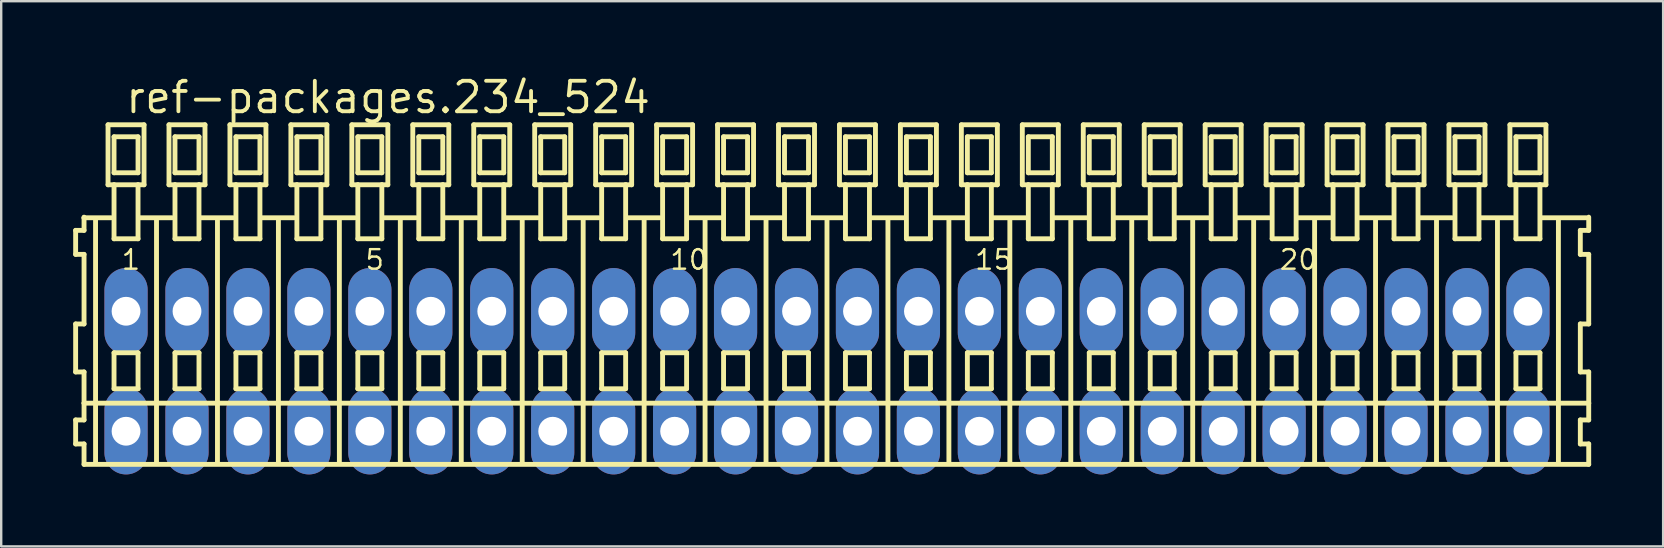
<source format=kicad_pcb>
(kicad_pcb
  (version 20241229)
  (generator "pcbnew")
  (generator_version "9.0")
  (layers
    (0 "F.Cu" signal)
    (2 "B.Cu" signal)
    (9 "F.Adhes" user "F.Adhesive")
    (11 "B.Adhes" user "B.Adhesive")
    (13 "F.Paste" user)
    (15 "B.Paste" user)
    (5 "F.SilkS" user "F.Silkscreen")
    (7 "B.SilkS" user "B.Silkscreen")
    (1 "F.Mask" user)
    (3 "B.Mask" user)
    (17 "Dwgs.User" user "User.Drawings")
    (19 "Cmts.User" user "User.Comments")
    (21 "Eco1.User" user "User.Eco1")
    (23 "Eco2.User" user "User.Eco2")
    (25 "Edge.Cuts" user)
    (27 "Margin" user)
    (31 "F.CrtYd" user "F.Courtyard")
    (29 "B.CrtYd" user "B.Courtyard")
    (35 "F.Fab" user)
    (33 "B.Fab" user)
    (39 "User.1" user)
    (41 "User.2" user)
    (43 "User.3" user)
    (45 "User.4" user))
  (footprint "ref-packages.234_524"
    (layer "F.Cu")
    (at 31.412 12.42)
    (property "Reference" "ref-packages.234_524" (at -29.31 -10.67 0) (layer "F.SilkS") (effects (font (size 1.27 1.27) (thickness 0.16)) (justify left bottom)))
    (attr through_hole)
    (fp_line (start -31.31 -5.87) (end -31.31 -4.87) (stroke (width 0.203) (type default)) (layer "F.SilkS"))
    (fp_line (start -31.31 -4.87) (end -30.96 -4.87) (stroke (width 0.203) (type default)) (layer "F.SilkS"))
    (fp_line (start -31.31 -1.97) (end -31.31 0.03) (stroke (width 0.203) (type default)) (layer "F.SilkS"))
    (fp_line (start -31.31 0.03) (end -30.96 0.03) (stroke (width 0.203) (type default)) (layer "F.SilkS"))
    (fp_line (start -31.31 2.03) (end -31.31 3.03) (stroke (width 0.203) (type default)) (layer "F.SilkS"))
    (fp_line (start -31.31 3.03) (end -30.96 3.03) (stroke (width 0.203) (type default)) (layer "F.SilkS"))
    (fp_line (start -30.96 -6.42) (end -30.96 -6.395) (stroke (width 0.203) (type default)) (layer "F.SilkS"))
    (fp_line (start -30.96 -6.395) (end -30.96 -5.87) (stroke (width 0.203) (type default)) (layer "F.SilkS"))
    (fp_line (start -30.96 -6.395) (end -29.835 -6.395) (stroke (width 0.203) (type default)) (layer "F.SilkS"))
    (fp_line (start -30.96 -5.87) (end -31.31 -5.87) (stroke (width 0.203) (type default)) (layer "F.SilkS"))
    (fp_line (start -30.96 -4.87) (end -30.96 -1.97) (stroke (width 0.203) (type default)) (layer "F.SilkS"))
    (fp_line (start -30.96 -1.97) (end -31.31 -1.97) (stroke (width 0.203) (type default)) (layer "F.SilkS"))
    (fp_line (start -30.96 0.03) (end -30.96 1.33) (stroke (width 0.203) (type default)) (layer "F.SilkS"))
    (fp_line (start -30.96 1.33) (end -30.96 2.03) (stroke (width 0.203) (type default)) (layer "F.SilkS"))
    (fp_line (start -30.96 1.33) (end 31.743 1.33) (stroke (width 0.203) (type default)) (layer "F.SilkS"))
    (fp_line (start -30.96 2.03) (end -31.31 2.03) (stroke (width 0.203) (type default)) (layer "F.SilkS"))
    (fp_line (start -30.96 3.03) (end -30.96 3.88) (stroke (width 0.203) (type default)) (layer "F.SilkS"))
    (fp_line (start -30.96 3.88) (end 31.743 3.88) (stroke (width 0.203) (type default)) (layer "F.SilkS"))
    (fp_line (start -30.48 3.83) (end -30.48 -6.33) (stroke (width 0.203) (type default)) (layer "F.SilkS"))
    (fp_line (start -29.96 -10.27) (end -29.96 -7.77) (stroke (width 0.203) (type default)) (layer "F.SilkS"))
    (fp_line (start -29.96 -7.77) (end -29.71 -7.77) (stroke (width 0.203) (type default)) (layer "F.SilkS"))
    (fp_line (start -29.71 -9.77) (end -29.71 -8.27) (stroke (width 0.203) (type default)) (layer "F.SilkS"))
    (fp_line (start -29.71 -8.27) (end -28.71 -8.27) (stroke (width 0.203) (type default)) (layer "F.SilkS"))
    (fp_line (start -29.71 -7.77) (end -29.71 -5.52) (stroke (width 0.203) (type default)) (layer "F.SilkS"))
    (fp_line (start -29.71 -7.77) (end -28.71 -7.77) (stroke (width 0.203) (type default)) (layer "F.SilkS"))
    (fp_line (start -29.71 -5.52) (end -28.71 -5.52) (stroke (width 0.203) (type default)) (layer "F.SilkS"))
    (fp_line (start -29.71 -0.77) (end -29.71 0.73) (stroke (width 0.203) (type default)) (layer "F.SilkS"))
    (fp_line (start -29.71 0.73) (end -28.71 0.73) (stroke (width 0.203) (type default)) (layer "F.SilkS"))
    (fp_line (start -28.71 -9.77) (end -29.71 -9.77) (stroke (width 0.203) (type default)) (layer "F.SilkS"))
    (fp_line (start -28.71 -8.27) (end -28.71 -9.77) (stroke (width 0.203) (type default)) (layer "F.SilkS"))
    (fp_line (start -28.71 -7.77) (end -28.46 -7.77) (stroke (width 0.203) (type default)) (layer "F.SilkS"))
    (fp_line (start -28.71 -5.52) (end -28.71 -7.77) (stroke (width 0.203) (type default)) (layer "F.SilkS"))
    (fp_line (start -28.71 -0.77) (end -29.71 -0.77) (stroke (width 0.203) (type default)) (layer "F.SilkS"))
    (fp_line (start -28.71 0.73) (end -28.71 -0.77) (stroke (width 0.203) (type default)) (layer "F.SilkS"))
    (fp_line (start -28.674 -6.395) (end -27.295 -6.395) (stroke (width 0.203) (type default)) (layer "F.SilkS"))
    (fp_line (start -28.46 -10.27) (end -29.96 -10.27) (stroke (width 0.203) (type default)) (layer "F.SilkS"))
    (fp_line (start -28.46 -7.77) (end -28.46 -10.27) (stroke (width 0.203) (type default)) (layer "F.SilkS"))
    (fp_line (start -27.94 3.83) (end -27.94 -6.33) (stroke (width 0.203) (type default)) (layer "F.SilkS"))
    (fp_line (start -27.42 -10.27) (end -27.42 -7.77) (stroke (width 0.203) (type default)) (layer "F.SilkS"))
    (fp_line (start -27.42 -7.77) (end -27.17 -7.77) (stroke (width 0.203) (type default)) (layer "F.SilkS"))
    (fp_line (start -27.17 -9.77) (end -27.17 -8.27) (stroke (width 0.203) (type default)) (layer "F.SilkS"))
    (fp_line (start -27.17 -8.27) (end -26.17 -8.27) (stroke (width 0.203) (type default)) (layer "F.SilkS"))
    (fp_line (start -27.17 -7.77) (end -27.17 -5.52) (stroke (width 0.203) (type default)) (layer "F.SilkS"))
    (fp_line (start -27.17 -7.77) (end -26.17 -7.77) (stroke (width 0.203) (type default)) (layer "F.SilkS"))
    (fp_line (start -27.17 -5.52) (end -26.17 -5.52) (stroke (width 0.203) (type default)) (layer "F.SilkS"))
    (fp_line (start -27.17 -0.77) (end -27.17 0.73) (stroke (width 0.203) (type default)) (layer "F.SilkS"))
    (fp_line (start -27.17 0.73) (end -26.17 0.73) (stroke (width 0.203) (type default)) (layer "F.SilkS"))
    (fp_line (start -26.17 -9.77) (end -27.17 -9.77) (stroke (width 0.203) (type default)) (layer "F.SilkS"))
    (fp_line (start -26.17 -8.27) (end -26.17 -9.77) (stroke (width 0.203) (type default)) (layer "F.SilkS"))
    (fp_line (start -26.17 -7.77) (end -25.92 -7.77) (stroke (width 0.203) (type default)) (layer "F.SilkS"))
    (fp_line (start -26.17 -5.52) (end -26.17 -7.77) (stroke (width 0.203) (type default)) (layer "F.SilkS"))
    (fp_line (start -26.17 -0.77) (end -27.17 -0.77) (stroke (width 0.203) (type default)) (layer "F.SilkS"))
    (fp_line (start -26.17 0.73) (end -26.17 -0.77) (stroke (width 0.203) (type default)) (layer "F.SilkS"))
    (fp_line (start -26.134 -6.395) (end -24.755 -6.395) (stroke (width 0.203) (type default)) (layer "F.SilkS"))
    (fp_line (start -25.92 -10.27) (end -27.42 -10.27) (stroke (width 0.203) (type default)) (layer "F.SilkS"))
    (fp_line (start -25.92 -7.77) (end -25.92 -10.27) (stroke (width 0.203) (type default)) (layer "F.SilkS"))
    (fp_line (start -25.4 3.83) (end -25.4 -6.33) (stroke (width 0.203) (type default)) (layer "F.SilkS"))
    (fp_line (start -24.88 -10.27) (end -24.88 -7.77) (stroke (width 0.203) (type default)) (layer "F.SilkS"))
    (fp_line (start -24.88 -7.77) (end -24.63 -7.77) (stroke (width 0.203) (type default)) (layer "F.SilkS"))
    (fp_line (start -24.63 -9.77) (end -24.63 -8.27) (stroke (width 0.203) (type default)) (layer "F.SilkS"))
    (fp_line (start -24.63 -8.27) (end -23.63 -8.27) (stroke (width 0.203) (type default)) (layer "F.SilkS"))
    (fp_line (start -24.63 -7.77) (end -24.63 -5.52) (stroke (width 0.203) (type default)) (layer "F.SilkS"))
    (fp_line (start -24.63 -7.77) (end -23.63 -7.77) (stroke (width 0.203) (type default)) (layer "F.SilkS"))
    (fp_line (start -24.63 -5.52) (end -23.63 -5.52) (stroke (width 0.203) (type default)) (layer "F.SilkS"))
    (fp_line (start -24.63 -0.77) (end -24.63 0.73) (stroke (width 0.203) (type default)) (layer "F.SilkS"))
    (fp_line (start -24.63 0.73) (end -23.63 0.73) (stroke (width 0.203) (type default)) (layer "F.SilkS"))
    (fp_line (start -23.63 -9.77) (end -24.63 -9.77) (stroke (width 0.203) (type default)) (layer "F.SilkS"))
    (fp_line (start -23.63 -8.27) (end -23.63 -9.77) (stroke (width 0.203) (type default)) (layer "F.SilkS"))
    (fp_line (start -23.63 -7.77) (end -23.38 -7.77) (stroke (width 0.203) (type default)) (layer "F.SilkS"))
    (fp_line (start -23.63 -5.52) (end -23.63 -7.77) (stroke (width 0.203) (type default)) (layer "F.SilkS"))
    (fp_line (start -23.63 -0.77) (end -24.63 -0.77) (stroke (width 0.203) (type default)) (layer "F.SilkS"))
    (fp_line (start -23.63 0.73) (end -23.63 -0.77) (stroke (width 0.203) (type default)) (layer "F.SilkS"))
    (fp_line (start -23.594 -6.395) (end -22.215 -6.395) (stroke (width 0.203) (type default)) (layer "F.SilkS"))
    (fp_line (start -23.38 -10.27) (end -24.88 -10.27) (stroke (width 0.203) (type default)) (layer "F.SilkS"))
    (fp_line (start -23.38 -7.77) (end -23.38 -10.27) (stroke (width 0.203) (type default)) (layer "F.SilkS"))
    (fp_line (start -22.86 3.83) (end -22.86 -6.33) (stroke (width 0.203) (type default)) (layer "F.SilkS"))
    (fp_line (start -22.34 -10.27) (end -22.34 -7.77) (stroke (width 0.203) (type default)) (layer "F.SilkS"))
    (fp_line (start -22.34 -7.77) (end -22.09 -7.77) (stroke (width 0.203) (type default)) (layer "F.SilkS"))
    (fp_line (start -22.09 -9.77) (end -22.09 -8.27) (stroke (width 0.203) (type default)) (layer "F.SilkS"))
    (fp_line (start -22.09 -8.27) (end -21.09 -8.27) (stroke (width 0.203) (type default)) (layer "F.SilkS"))
    (fp_line (start -22.09 -7.77) (end -22.09 -5.52) (stroke (width 0.203) (type default)) (layer "F.SilkS"))
    (fp_line (start -22.09 -7.77) (end -21.09 -7.77) (stroke (width 0.203) (type default)) (layer "F.SilkS"))
    (fp_line (start -22.09 -5.52) (end -21.09 -5.52) (stroke (width 0.203) (type default)) (layer "F.SilkS"))
    (fp_line (start -22.09 -0.77) (end -22.09 0.73) (stroke (width 0.203) (type default)) (layer "F.SilkS"))
    (fp_line (start -22.09 0.73) (end -21.09 0.73) (stroke (width 0.203) (type default)) (layer "F.SilkS"))
    (fp_line (start -21.09 -9.77) (end -22.09 -9.77) (stroke (width 0.203) (type default)) (layer "F.SilkS"))
    (fp_line (start -21.09 -8.27) (end -21.09 -9.77) (stroke (width 0.203) (type default)) (layer "F.SilkS"))
    (fp_line (start -21.09 -7.77) (end -20.84 -7.77) (stroke (width 0.203) (type default)) (layer "F.SilkS"))
    (fp_line (start -21.09 -5.52) (end -21.09 -7.77) (stroke (width 0.203) (type default)) (layer "F.SilkS"))
    (fp_line (start -21.09 -0.77) (end -22.09 -0.77) (stroke (width 0.203) (type default)) (layer "F.SilkS"))
    (fp_line (start -21.09 0.73) (end -21.09 -0.77) (stroke (width 0.203) (type default)) (layer "F.SilkS"))
    (fp_line (start -21.054 -6.395) (end -19.675 -6.395) (stroke (width 0.203) (type default)) (layer "F.SilkS"))
    (fp_line (start -20.84 -10.27) (end -22.34 -10.27) (stroke (width 0.203) (type default)) (layer "F.SilkS"))
    (fp_line (start -20.84 -7.77) (end -20.84 -10.27) (stroke (width 0.203) (type default)) (layer "F.SilkS"))
    (fp_line (start -20.32 3.83) (end -20.32 -6.33) (stroke (width 0.203) (type default)) (layer "F.SilkS"))
    (fp_line (start -19.8 -10.27) (end -19.8 -7.77) (stroke (width 0.203) (type default)) (layer "F.SilkS"))
    (fp_line (start -19.8 -7.77) (end -19.55 -7.77) (stroke (width 0.203) (type default)) (layer "F.SilkS"))
    (fp_line (start -19.55 -9.77) (end -19.55 -8.27) (stroke (width 0.203) (type default)) (layer "F.SilkS"))
    (fp_line (start -19.55 -8.27) (end -18.55 -8.27) (stroke (width 0.203) (type default)) (layer "F.SilkS"))
    (fp_line (start -19.55 -7.77) (end -19.55 -5.52) (stroke (width 0.203) (type default)) (layer "F.SilkS"))
    (fp_line (start -19.55 -7.77) (end -18.55 -7.77) (stroke (width 0.203) (type default)) (layer "F.SilkS"))
    (fp_line (start -19.55 -5.52) (end -18.55 -5.52) (stroke (width 0.203) (type default)) (layer "F.SilkS"))
    (fp_line (start -19.55 -0.77) (end -19.55 0.73) (stroke (width 0.203) (type default)) (layer "F.SilkS"))
    (fp_line (start -19.55 0.73) (end -18.55 0.73) (stroke (width 0.203) (type default)) (layer "F.SilkS"))
    (fp_line (start -18.55 -9.77) (end -19.55 -9.77) (stroke (width 0.203) (type default)) (layer "F.SilkS"))
    (fp_line (start -18.55 -8.27) (end -18.55 -9.77) (stroke (width 0.203) (type default)) (layer "F.SilkS"))
    (fp_line (start -18.55 -7.77) (end -18.3 -7.77) (stroke (width 0.203) (type default)) (layer "F.SilkS"))
    (fp_line (start -18.55 -5.52) (end -18.55 -7.77) (stroke (width 0.203) (type default)) (layer "F.SilkS"))
    (fp_line (start -18.55 -0.77) (end -19.55 -0.77) (stroke (width 0.203) (type default)) (layer "F.SilkS"))
    (fp_line (start -18.55 0.73) (end -18.55 -0.77) (stroke (width 0.203) (type default)) (layer "F.SilkS"))
    (fp_line (start -18.514 -6.395) (end -17.135 -6.395) (stroke (width 0.203) (type default)) (layer "F.SilkS"))
    (fp_line (start -18.3 -10.27) (end -19.8 -10.27) (stroke (width 0.203) (type default)) (layer "F.SilkS"))
    (fp_line (start -18.3 -7.77) (end -18.3 -10.27) (stroke (width 0.203) (type default)) (layer "F.SilkS"))
    (fp_line (start -17.78 3.83) (end -17.78 -6.33) (stroke (width 0.203) (type default)) (layer "F.SilkS"))
    (fp_line (start -17.26 -10.27) (end -17.26 -7.77) (stroke (width 0.203) (type default)) (layer "F.SilkS"))
    (fp_line (start -17.26 -7.77) (end -17.01 -7.77) (stroke (width 0.203) (type default)) (layer "F.SilkS"))
    (fp_line (start -17.01 -9.77) (end -17.01 -8.27) (stroke (width 0.203) (type default)) (layer "F.SilkS"))
    (fp_line (start -17.01 -8.27) (end -16.01 -8.27) (stroke (width 0.203) (type default)) (layer "F.SilkS"))
    (fp_line (start -17.01 -7.77) (end -17.01 -5.52) (stroke (width 0.203) (type default)) (layer "F.SilkS"))
    (fp_line (start -17.01 -7.77) (end -16.01 -7.77) (stroke (width 0.203) (type default)) (layer "F.SilkS"))
    (fp_line (start -17.01 -5.52) (end -16.01 -5.52) (stroke (width 0.203) (type default)) (layer "F.SilkS"))
    (fp_line (start -17.01 -0.77) (end -17.01 0.73) (stroke (width 0.203) (type default)) (layer "F.SilkS"))
    (fp_line (start -17.01 0.73) (end -16.01 0.73) (stroke (width 0.203) (type default)) (layer "F.SilkS"))
    (fp_line (start -16.01 -9.77) (end -17.01 -9.77) (stroke (width 0.203) (type default)) (layer "F.SilkS"))
    (fp_line (start -16.01 -8.27) (end -16.01 -9.77) (stroke (width 0.203) (type default)) (layer "F.SilkS"))
    (fp_line (start -16.01 -7.77) (end -15.76 -7.77) (stroke (width 0.203) (type default)) (layer "F.SilkS"))
    (fp_line (start -16.01 -5.52) (end -16.01 -7.77) (stroke (width 0.203) (type default)) (layer "F.SilkS"))
    (fp_line (start -16.01 -0.77) (end -17.01 -0.77) (stroke (width 0.203) (type default)) (layer "F.SilkS"))
    (fp_line (start -16.01 0.73) (end -16.01 -0.77) (stroke (width 0.203) (type default)) (layer "F.SilkS"))
    (fp_line (start -15.974 -6.395) (end -14.595 -6.395) (stroke (width 0.203) (type default)) (layer "F.SilkS"))
    (fp_line (start -15.76 -10.27) (end -17.26 -10.27) (stroke (width 0.203) (type default)) (layer "F.SilkS"))
    (fp_line (start -15.76 -7.77) (end -15.76 -10.27) (stroke (width 0.203) (type default)) (layer "F.SilkS"))
    (fp_line (start -15.24 3.83) (end -15.24 -6.33) (stroke (width 0.203) (type default)) (layer "F.SilkS"))
    (fp_line (start -14.72 -10.27) (end -14.72 -7.77) (stroke (width 0.203) (type default)) (layer "F.SilkS"))
    (fp_line (start -14.72 -7.77) (end -14.47 -7.77) (stroke (width 0.203) (type default)) (layer "F.SilkS"))
    (fp_line (start -14.47 -9.77) (end -14.47 -8.27) (stroke (width 0.203) (type default)) (layer "F.SilkS"))
    (fp_line (start -14.47 -8.27) (end -13.47 -8.27) (stroke (width 0.203) (type default)) (layer "F.SilkS"))
    (fp_line (start -14.47 -7.77) (end -14.47 -5.52) (stroke (width 0.203) (type default)) (layer "F.SilkS"))
    (fp_line (start -14.47 -7.77) (end -13.47 -7.77) (stroke (width 0.203) (type default)) (layer "F.SilkS"))
    (fp_line (start -14.47 -5.52) (end -13.47 -5.52) (stroke (width 0.203) (type default)) (layer "F.SilkS"))
    (fp_line (start -14.47 -0.77) (end -14.47 0.73) (stroke (width 0.203) (type default)) (layer "F.SilkS"))
    (fp_line (start -14.47 0.73) (end -13.47 0.73) (stroke (width 0.203) (type default)) (layer "F.SilkS"))
    (fp_line (start -13.47 -9.77) (end -14.47 -9.77) (stroke (width 0.203) (type default)) (layer "F.SilkS"))
    (fp_line (start -13.47 -8.27) (end -13.47 -9.77) (stroke (width 0.203) (type default)) (layer "F.SilkS"))
    (fp_line (start -13.47 -7.77) (end -13.22 -7.77) (stroke (width 0.203) (type default)) (layer "F.SilkS"))
    (fp_line (start -13.47 -5.52) (end -13.47 -7.77) (stroke (width 0.203) (type default)) (layer "F.SilkS"))
    (fp_line (start -13.47 -0.77) (end -14.47 -0.77) (stroke (width 0.203) (type default)) (layer "F.SilkS"))
    (fp_line (start -13.47 0.73) (end -13.47 -0.77) (stroke (width 0.203) (type default)) (layer "F.SilkS"))
    (fp_line (start -13.434 -6.395) (end -12.055 -6.395) (stroke (width 0.203) (type default)) (layer "F.SilkS"))
    (fp_line (start -13.22 -10.27) (end -14.72 -10.27) (stroke (width 0.203) (type default)) (layer "F.SilkS"))
    (fp_line (start -13.22 -7.77) (end -13.22 -10.27) (stroke (width 0.203) (type default)) (layer "F.SilkS"))
    (fp_line (start -12.7 3.83) (end -12.7 -6.33) (stroke (width 0.203) (type default)) (layer "F.SilkS"))
    (fp_line (start -12.18 -10.27) (end -12.18 -7.77) (stroke (width 0.203) (type default)) (layer "F.SilkS"))
    (fp_line (start -12.18 -7.77) (end -11.93 -7.77) (stroke (width 0.203) (type default)) (layer "F.SilkS"))
    (fp_line (start -11.93 -9.77) (end -11.93 -8.27) (stroke (width 0.203) (type default)) (layer "F.SilkS"))
    (fp_line (start -11.93 -8.27) (end -10.93 -8.27) (stroke (width 0.203) (type default)) (layer "F.SilkS"))
    (fp_line (start -11.93 -7.77) (end -11.93 -5.52) (stroke (width 0.203) (type default)) (layer "F.SilkS"))
    (fp_line (start -11.93 -7.77) (end -10.93 -7.77) (stroke (width 0.203) (type default)) (layer "F.SilkS"))
    (fp_line (start -11.93 -5.52) (end -10.93 -5.52) (stroke (width 0.203) (type default)) (layer "F.SilkS"))
    (fp_line (start -11.93 -0.77) (end -11.93 0.73) (stroke (width 0.203) (type default)) (layer "F.SilkS"))
    (fp_line (start -11.93 0.73) (end -10.93 0.73) (stroke (width 0.203) (type default)) (layer "F.SilkS"))
    (fp_line (start -10.93 -9.77) (end -11.93 -9.77) (stroke (width 0.203) (type default)) (layer "F.SilkS"))
    (fp_line (start -10.93 -8.27) (end -10.93 -9.77) (stroke (width 0.203) (type default)) (layer "F.SilkS"))
    (fp_line (start -10.93 -7.77) (end -10.68 -7.77) (stroke (width 0.203) (type default)) (layer "F.SilkS"))
    (fp_line (start -10.93 -5.52) (end -10.93 -7.77) (stroke (width 0.203) (type default)) (layer "F.SilkS"))
    (fp_line (start -10.93 -0.77) (end -11.93 -0.77) (stroke (width 0.203) (type default)) (layer "F.SilkS"))
    (fp_line (start -10.93 0.73) (end -10.93 -0.77) (stroke (width 0.203) (type default)) (layer "F.SilkS"))
    (fp_line (start -10.894 -6.395) (end -9.515 -6.395) (stroke (width 0.203) (type default)) (layer "F.SilkS"))
    (fp_line (start -10.68 -10.27) (end -12.18 -10.27) (stroke (width 0.203) (type default)) (layer "F.SilkS"))
    (fp_line (start -10.68 -7.77) (end -10.68 -10.27) (stroke (width 0.203) (type default)) (layer "F.SilkS"))
    (fp_line (start -10.16 3.83) (end -10.16 -6.33) (stroke (width 0.203) (type default)) (layer "F.SilkS"))
    (fp_line (start -9.64 -10.27) (end -9.64 -7.77) (stroke (width 0.203) (type default)) (layer "F.SilkS"))
    (fp_line (start -9.64 -7.77) (end -9.39 -7.77) (stroke (width 0.203) (type default)) (layer "F.SilkS"))
    (fp_line (start -9.39 -9.77) (end -9.39 -8.27) (stroke (width 0.203) (type default)) (layer "F.SilkS"))
    (fp_line (start -9.39 -8.27) (end -8.39 -8.27) (stroke (width 0.203) (type default)) (layer "F.SilkS"))
    (fp_line (start -9.39 -7.77) (end -9.39 -5.52) (stroke (width 0.203) (type default)) (layer "F.SilkS"))
    (fp_line (start -9.39 -7.77) (end -8.39 -7.77) (stroke (width 0.203) (type default)) (layer "F.SilkS"))
    (fp_line (start -9.39 -5.52) (end -8.39 -5.52) (stroke (width 0.203) (type default)) (layer "F.SilkS"))
    (fp_line (start -9.39 -0.77) (end -9.39 0.73) (stroke (width 0.203) (type default)) (layer "F.SilkS"))
    (fp_line (start -9.39 0.73) (end -8.39 0.73) (stroke (width 0.203) (type default)) (layer "F.SilkS"))
    (fp_line (start -8.39 -9.77) (end -9.39 -9.77) (stroke (width 0.203) (type default)) (layer "F.SilkS"))
    (fp_line (start -8.39 -8.27) (end -8.39 -9.77) (stroke (width 0.203) (type default)) (layer "F.SilkS"))
    (fp_line (start -8.39 -7.77) (end -8.14 -7.77) (stroke (width 0.203) (type default)) (layer "F.SilkS"))
    (fp_line (start -8.39 -5.52) (end -8.39 -7.77) (stroke (width 0.203) (type default)) (layer "F.SilkS"))
    (fp_line (start -8.39 -0.77) (end -9.39 -0.77) (stroke (width 0.203) (type default)) (layer "F.SilkS"))
    (fp_line (start -8.39 0.73) (end -8.39 -0.77) (stroke (width 0.203) (type default)) (layer "F.SilkS"))
    (fp_line (start -8.354 -6.395) (end -6.975 -6.395) (stroke (width 0.203) (type default)) (layer "F.SilkS"))
    (fp_line (start -8.14 -10.27) (end -9.64 -10.27) (stroke (width 0.203) (type default)) (layer "F.SilkS"))
    (fp_line (start -8.14 -7.77) (end -8.14 -10.27) (stroke (width 0.203) (type default)) (layer "F.SilkS"))
    (fp_line (start -7.62 3.83) (end -7.62 -6.33) (stroke (width 0.203) (type default)) (layer "F.SilkS"))
    (fp_line (start -7.1 -10.27) (end -7.1 -7.77) (stroke (width 0.203) (type default)) (layer "F.SilkS"))
    (fp_line (start -7.1 -7.77) (end -6.85 -7.77) (stroke (width 0.203) (type default)) (layer "F.SilkS"))
    (fp_line (start -6.85 -9.77) (end -6.85 -8.27) (stroke (width 0.203) (type default)) (layer "F.SilkS"))
    (fp_line (start -6.85 -8.27) (end -5.85 -8.27) (stroke (width 0.203) (type default)) (layer "F.SilkS"))
    (fp_line (start -6.85 -7.77) (end -6.85 -5.52) (stroke (width 0.203) (type default)) (layer "F.SilkS"))
    (fp_line (start -6.85 -7.77) (end -5.85 -7.77) (stroke (width 0.203) (type default)) (layer "F.SilkS"))
    (fp_line (start -6.85 -5.52) (end -5.85 -5.52) (stroke (width 0.203) (type default)) (layer "F.SilkS"))
    (fp_line (start -6.85 -0.77) (end -6.85 0.73) (stroke (width 0.203) (type default)) (layer "F.SilkS"))
    (fp_line (start -6.85 0.73) (end -5.85 0.73) (stroke (width 0.203) (type default)) (layer "F.SilkS"))
    (fp_line (start -5.85 -9.77) (end -6.85 -9.77) (stroke (width 0.203) (type default)) (layer "F.SilkS"))
    (fp_line (start -5.85 -8.27) (end -5.85 -9.77) (stroke (width 0.203) (type default)) (layer "F.SilkS"))
    (fp_line (start -5.85 -7.77) (end -5.6 -7.77) (stroke (width 0.203) (type default)) (layer "F.SilkS"))
    (fp_line (start -5.85 -5.52) (end -5.85 -7.77) (stroke (width 0.203) (type default)) (layer "F.SilkS"))
    (fp_line (start -5.85 -0.77) (end -6.85 -0.77) (stroke (width 0.203) (type default)) (layer "F.SilkS"))
    (fp_line (start -5.85 0.73) (end -5.85 -0.77) (stroke (width 0.203) (type default)) (layer "F.SilkS"))
    (fp_line (start -5.814 -6.395) (end -4.435 -6.395) (stroke (width 0.203) (type default)) (layer "F.SilkS"))
    (fp_line (start -5.6 -10.27) (end -7.1 -10.27) (stroke (width 0.203) (type default)) (layer "F.SilkS"))
    (fp_line (start -5.6 -7.77) (end -5.6 -10.27) (stroke (width 0.203) (type default)) (layer "F.SilkS"))
    (fp_line (start -5.08 3.83) (end -5.08 -6.33) (stroke (width 0.203) (type default)) (layer "F.SilkS"))
    (fp_line (start -4.56 -10.27) (end -4.56 -7.77) (stroke (width 0.203) (type default)) (layer "F.SilkS"))
    (fp_line (start -4.56 -7.77) (end -4.31 -7.77) (stroke (width 0.203) (type default)) (layer "F.SilkS"))
    (fp_line (start -4.31 -9.77) (end -4.31 -8.27) (stroke (width 0.203) (type default)) (layer "F.SilkS"))
    (fp_line (start -4.31 -8.27) (end -3.31 -8.27) (stroke (width 0.203) (type default)) (layer "F.SilkS"))
    (fp_line (start -4.31 -7.77) (end -4.31 -5.52) (stroke (width 0.203) (type default)) (layer "F.SilkS"))
    (fp_line (start -4.31 -7.77) (end -3.31 -7.77) (stroke (width 0.203) (type default)) (layer "F.SilkS"))
    (fp_line (start -4.31 -5.52) (end -3.31 -5.52) (stroke (width 0.203) (type default)) (layer "F.SilkS"))
    (fp_line (start -4.31 -0.77) (end -4.31 0.73) (stroke (width 0.203) (type default)) (layer "F.SilkS"))
    (fp_line (start -4.31 0.73) (end -3.31 0.73) (stroke (width 0.203) (type default)) (layer "F.SilkS"))
    (fp_line (start -3.31 -9.77) (end -4.31 -9.77) (stroke (width 0.203) (type default)) (layer "F.SilkS"))
    (fp_line (start -3.31 -8.27) (end -3.31 -9.77) (stroke (width 0.203) (type default)) (layer "F.SilkS"))
    (fp_line (start -3.31 -7.77) (end -3.06 -7.77) (stroke (width 0.203) (type default)) (layer "F.SilkS"))
    (fp_line (start -3.31 -5.52) (end -3.31 -7.77) (stroke (width 0.203) (type default)) (layer "F.SilkS"))
    (fp_line (start -3.31 -0.77) (end -4.31 -0.77) (stroke (width 0.203) (type default)) (layer "F.SilkS"))
    (fp_line (start -3.31 0.73) (end -3.31 -0.77) (stroke (width 0.203) (type default)) (layer "F.SilkS"))
    (fp_line (start -3.274 -6.395) (end -1.895 -6.395) (stroke (width 0.203) (type default)) (layer "F.SilkS"))
    (fp_line (start -3.06 -10.27) (end -4.56 -10.27) (stroke (width 0.203) (type default)) (layer "F.SilkS"))
    (fp_line (start -3.06 -7.77) (end -3.06 -10.27) (stroke (width 0.203) (type default)) (layer "F.SilkS"))
    (fp_line (start -2.54 3.83) (end -2.54 -6.33) (stroke (width 0.203) (type default)) (layer "F.SilkS"))
    (fp_line (start -2.02 -10.27) (end -2.02 -7.77) (stroke (width 0.203) (type default)) (layer "F.SilkS"))
    (fp_line (start -2.02 -7.77) (end -1.77 -7.77) (stroke (width 0.203) (type default)) (layer "F.SilkS"))
    (fp_line (start -1.77 -9.77) (end -1.77 -8.27) (stroke (width 0.203) (type default)) (layer "F.SilkS"))
    (fp_line (start -1.77 -8.27) (end -0.77 -8.27) (stroke (width 0.203) (type default)) (layer "F.SilkS"))
    (fp_line (start -1.77 -7.77) (end -1.77 -5.52) (stroke (width 0.203) (type default)) (layer "F.SilkS"))
    (fp_line (start -1.77 -7.77) (end -0.77 -7.77) (stroke (width 0.203) (type default)) (layer "F.SilkS"))
    (fp_line (start -1.77 -5.52) (end -0.77 -5.52) (stroke (width 0.203) (type default)) (layer "F.SilkS"))
    (fp_line (start -1.77 -0.77) (end -1.77 0.73) (stroke (width 0.203) (type default)) (layer "F.SilkS"))
    (fp_line (start -1.77 0.73) (end -0.77 0.73) (stroke (width 0.203) (type default)) (layer "F.SilkS"))
    (fp_line (start -0.77 -9.77) (end -1.77 -9.77) (stroke (width 0.203) (type default)) (layer "F.SilkS"))
    (fp_line (start -0.77 -8.27) (end -0.77 -9.77) (stroke (width 0.203) (type default)) (layer "F.SilkS"))
    (fp_line (start -0.77 -7.77) (end -0.52 -7.77) (stroke (width 0.203) (type default)) (layer "F.SilkS"))
    (fp_line (start -0.77 -5.52) (end -0.77 -7.77) (stroke (width 0.203) (type default)) (layer "F.SilkS"))
    (fp_line (start -0.77 -0.77) (end -1.77 -0.77) (stroke (width 0.203) (type default)) (layer "F.SilkS"))
    (fp_line (start -0.77 0.73) (end -0.77 -0.77) (stroke (width 0.203) (type default)) (layer "F.SilkS"))
    (fp_line (start -0.734 -6.395) (end 0.645 -6.395) (stroke (width 0.203) (type default)) (layer "F.SilkS"))
    (fp_line (start -0.52 -10.27) (end -2.02 -10.27) (stroke (width 0.203) (type default)) (layer "F.SilkS"))
    (fp_line (start -0.52 -7.77) (end -0.52 -10.27) (stroke (width 0.203) (type default)) (layer "F.SilkS"))
    (fp_line (start 0 3.83) (end 0 -6.33) (stroke (width 0.203) (type default)) (layer "F.SilkS"))
    (fp_line (start 0.52 -10.27) (end 0.52 -7.77) (stroke (width 0.203) (type default)) (layer "F.SilkS"))
    (fp_line (start 0.52 -7.77) (end 0.77 -7.77) (stroke (width 0.203) (type default)) (layer "F.SilkS"))
    (fp_line (start 0.77 -9.77) (end 0.77 -8.27) (stroke (width 0.203) (type default)) (layer "F.SilkS"))
    (fp_line (start 0.77 -8.27) (end 1.77 -8.27) (stroke (width 0.203) (type default)) (layer "F.SilkS"))
    (fp_line (start 0.77 -7.77) (end 0.77 -5.52) (stroke (width 0.203) (type default)) (layer "F.SilkS"))
    (fp_line (start 0.77 -7.77) (end 1.77 -7.77) (stroke (width 0.203) (type default)) (layer "F.SilkS"))
    (fp_line (start 0.77 -5.52) (end 1.77 -5.52) (stroke (width 0.203) (type default)) (layer "F.SilkS"))
    (fp_line (start 0.77 -0.77) (end 0.77 0.73) (stroke (width 0.203) (type default)) (layer "F.SilkS"))
    (fp_line (start 0.77 0.73) (end 1.77 0.73) (stroke (width 0.203) (type default)) (layer "F.SilkS"))
    (fp_line (start 1.77 -9.77) (end 0.77 -9.77) (stroke (width 0.203) (type default)) (layer "F.SilkS"))
    (fp_line (start 1.77 -8.27) (end 1.77 -9.77) (stroke (width 0.203) (type default)) (layer "F.SilkS"))
    (fp_line (start 1.77 -7.77) (end 2.02 -7.77) (stroke (width 0.203) (type default)) (layer "F.SilkS"))
    (fp_line (start 1.77 -5.52) (end 1.77 -7.77) (stroke (width 0.203) (type default)) (layer "F.SilkS"))
    (fp_line (start 1.77 -0.77) (end 0.77 -0.77) (stroke (width 0.203) (type default)) (layer "F.SilkS"))
    (fp_line (start 1.77 0.73) (end 1.77 -0.77) (stroke (width 0.203) (type default)) (layer "F.SilkS"))
    (fp_line (start 1.806 -6.395) (end 3.185 -6.395) (stroke (width 0.203) (type default)) (layer "F.SilkS"))
    (fp_line (start 2.02 -10.27) (end 0.52 -10.27) (stroke (width 0.203) (type default)) (layer "F.SilkS"))
    (fp_line (start 2.02 -7.77) (end 2.02 -10.27) (stroke (width 0.203) (type default)) (layer "F.SilkS"))
    (fp_line (start 2.54 3.83) (end 2.54 -6.33) (stroke (width 0.203) (type default)) (layer "F.SilkS"))
    (fp_line (start 3.06 -10.27) (end 3.06 -7.77) (stroke (width 0.203) (type default)) (layer "F.SilkS"))
    (fp_line (start 3.06 -7.77) (end 3.31 -7.77) (stroke (width 0.203) (type default)) (layer "F.SilkS"))
    (fp_line (start 3.31 -9.77) (end 3.31 -8.27) (stroke (width 0.203) (type default)) (layer "F.SilkS"))
    (fp_line (start 3.31 -8.27) (end 4.31 -8.27) (stroke (width 0.203) (type default)) (layer "F.SilkS"))
    (fp_line (start 3.31 -7.77) (end 3.31 -5.52) (stroke (width 0.203) (type default)) (layer "F.SilkS"))
    (fp_line (start 3.31 -7.77) (end 4.31 -7.77) (stroke (width 0.203) (type default)) (layer "F.SilkS"))
    (fp_line (start 3.31 -5.52) (end 4.31 -5.52) (stroke (width 0.203) (type default)) (layer "F.SilkS"))
    (fp_line (start 3.31 -0.77) (end 3.31 0.73) (stroke (width 0.203) (type default)) (layer "F.SilkS"))
    (fp_line (start 3.31 0.73) (end 4.31 0.73) (stroke (width 0.203) (type default)) (layer "F.SilkS"))
    (fp_line (start 4.31 -9.77) (end 3.31 -9.77) (stroke (width 0.203) (type default)) (layer "F.SilkS"))
    (fp_line (start 4.31 -8.27) (end 4.31 -9.77) (stroke (width 0.203) (type default)) (layer "F.SilkS"))
    (fp_line (start 4.31 -7.77) (end 4.56 -7.77) (stroke (width 0.203) (type default)) (layer "F.SilkS"))
    (fp_line (start 4.31 -5.52) (end 4.31 -7.77) (stroke (width 0.203) (type default)) (layer "F.SilkS"))
    (fp_line (start 4.31 -0.77) (end 3.31 -0.77) (stroke (width 0.203) (type default)) (layer "F.SilkS"))
    (fp_line (start 4.31 0.73) (end 4.31 -0.77) (stroke (width 0.203) (type default)) (layer "F.SilkS"))
    (fp_line (start 4.346 -6.395) (end 5.725 -6.395) (stroke (width 0.203) (type default)) (layer "F.SilkS"))
    (fp_line (start 4.56 -10.27) (end 3.06 -10.27) (stroke (width 0.203) (type default)) (layer "F.SilkS"))
    (fp_line (start 4.56 -7.77) (end 4.56 -10.27) (stroke (width 0.203) (type default)) (layer "F.SilkS"))
    (fp_line (start 5.08 3.83) (end 5.08 -6.33) (stroke (width 0.203) (type default)) (layer "F.SilkS"))
    (fp_line (start 5.6 -10.27) (end 5.6 -7.77) (stroke (width 0.203) (type default)) (layer "F.SilkS"))
    (fp_line (start 5.6 -7.77) (end 5.85 -7.77) (stroke (width 0.203) (type default)) (layer "F.SilkS"))
    (fp_line (start 5.85 -9.77) (end 5.85 -8.27) (stroke (width 0.203) (type default)) (layer "F.SilkS"))
    (fp_line (start 5.85 -8.27) (end 6.85 -8.27) (stroke (width 0.203) (type default)) (layer "F.SilkS"))
    (fp_line (start 5.85 -7.77) (end 5.85 -5.52) (stroke (width 0.203) (type default)) (layer "F.SilkS"))
    (fp_line (start 5.85 -7.77) (end 6.85 -7.77) (stroke (width 0.203) (type default)) (layer "F.SilkS"))
    (fp_line (start 5.85 -5.52) (end 6.85 -5.52) (stroke (width 0.203) (type default)) (layer "F.SilkS"))
    (fp_line (start 5.85 -0.77) (end 5.85 0.73) (stroke (width 0.203) (type default)) (layer "F.SilkS"))
    (fp_line (start 5.85 0.73) (end 6.85 0.73) (stroke (width 0.203) (type default)) (layer "F.SilkS"))
    (fp_line (start 6.85 -9.77) (end 5.85 -9.77) (stroke (width 0.203) (type default)) (layer "F.SilkS"))
    (fp_line (start 6.85 -8.27) (end 6.85 -9.77) (stroke (width 0.203) (type default)) (layer "F.SilkS"))
    (fp_line (start 6.85 -7.77) (end 7.1 -7.77) (stroke (width 0.203) (type default)) (layer "F.SilkS"))
    (fp_line (start 6.85 -5.52) (end 6.85 -7.77) (stroke (width 0.203) (type default)) (layer "F.SilkS"))
    (fp_line (start 6.85 -0.77) (end 5.85 -0.77) (stroke (width 0.203) (type default)) (layer "F.SilkS"))
    (fp_line (start 6.85 0.73) (end 6.85 -0.77) (stroke (width 0.203) (type default)) (layer "F.SilkS"))
    (fp_line (start 6.886 -6.395) (end 8.265 -6.395) (stroke (width 0.203) (type default)) (layer "F.SilkS"))
    (fp_line (start 7.1 -10.27) (end 5.6 -10.27) (stroke (width 0.203) (type default)) (layer "F.SilkS"))
    (fp_line (start 7.1 -7.77) (end 7.1 -10.27) (stroke (width 0.203) (type default)) (layer "F.SilkS"))
    (fp_line (start 7.62 3.83) (end 7.62 -6.33) (stroke (width 0.203) (type default)) (layer "F.SilkS"))
    (fp_line (start 8.14 -10.27) (end 8.14 -7.77) (stroke (width 0.203) (type default)) (layer "F.SilkS"))
    (fp_line (start 8.14 -7.77) (end 8.39 -7.77) (stroke (width 0.203) (type default)) (layer "F.SilkS"))
    (fp_line (start 8.39 -9.77) (end 8.39 -8.27) (stroke (width 0.203) (type default)) (layer "F.SilkS"))
    (fp_line (start 8.39 -8.27) (end 9.39 -8.27) (stroke (width 0.203) (type default)) (layer "F.SilkS"))
    (fp_line (start 8.39 -7.77) (end 8.39 -5.52) (stroke (width 0.203) (type default)) (layer "F.SilkS"))
    (fp_line (start 8.39 -7.77) (end 9.39 -7.77) (stroke (width 0.203) (type default)) (layer "F.SilkS"))
    (fp_line (start 8.39 -5.52) (end 9.39 -5.52) (stroke (width 0.203) (type default)) (layer "F.SilkS"))
    (fp_line (start 8.39 -0.77) (end 8.39 0.73) (stroke (width 0.203) (type default)) (layer "F.SilkS"))
    (fp_line (start 8.39 0.73) (end 9.39 0.73) (stroke (width 0.203) (type default)) (layer "F.SilkS"))
    (fp_line (start 9.39 -9.77) (end 8.39 -9.77) (stroke (width 0.203) (type default)) (layer "F.SilkS"))
    (fp_line (start 9.39 -8.27) (end 9.39 -9.77) (stroke (width 0.203) (type default)) (layer "F.SilkS"))
    (fp_line (start 9.39 -7.77) (end 9.64 -7.77) (stroke (width 0.203) (type default)) (layer "F.SilkS"))
    (fp_line (start 9.39 -5.52) (end 9.39 -7.77) (stroke (width 0.203) (type default)) (layer "F.SilkS"))
    (fp_line (start 9.39 -0.77) (end 8.39 -0.77) (stroke (width 0.203) (type default)) (layer "F.SilkS"))
    (fp_line (start 9.39 0.73) (end 9.39 -0.77) (stroke (width 0.203) (type default)) (layer "F.SilkS"))
    (fp_line (start 9.426 -6.395) (end 10.805 -6.395) (stroke (width 0.203) (type default)) (layer "F.SilkS"))
    (fp_line (start 9.64 -10.27) (end 8.14 -10.27) (stroke (width 0.203) (type default)) (layer "F.SilkS"))
    (fp_line (start 9.64 -7.77) (end 9.64 -10.27) (stroke (width 0.203) (type default)) (layer "F.SilkS"))
    (fp_line (start 10.16 3.83) (end 10.16 -6.33) (stroke (width 0.203) (type default)) (layer "F.SilkS"))
    (fp_line (start 10.68 -10.27) (end 10.68 -7.77) (stroke (width 0.203) (type default)) (layer "F.SilkS"))
    (fp_line (start 10.68 -7.77) (end 10.93 -7.77) (stroke (width 0.203) (type default)) (layer "F.SilkS"))
    (fp_line (start 10.93 -9.77) (end 10.93 -8.27) (stroke (width 0.203) (type default)) (layer "F.SilkS"))
    (fp_line (start 10.93 -8.27) (end 11.93 -8.27) (stroke (width 0.203) (type default)) (layer "F.SilkS"))
    (fp_line (start 10.93 -7.77) (end 10.93 -5.52) (stroke (width 0.203) (type default)) (layer "F.SilkS"))
    (fp_line (start 10.93 -7.77) (end 11.93 -7.77) (stroke (width 0.203) (type default)) (layer "F.SilkS"))
    (fp_line (start 10.93 -5.52) (end 11.93 -5.52) (stroke (width 0.203) (type default)) (layer "F.SilkS"))
    (fp_line (start 10.93 -0.77) (end 10.93 0.73) (stroke (width 0.203) (type default)) (layer "F.SilkS"))
    (fp_line (start 10.93 0.73) (end 11.93 0.73) (stroke (width 0.203) (type default)) (layer "F.SilkS"))
    (fp_line (start 11.93 -9.77) (end 10.93 -9.77) (stroke (width 0.203) (type default)) (layer "F.SilkS"))
    (fp_line (start 11.93 -8.27) (end 11.93 -9.77) (stroke (width 0.203) (type default)) (layer "F.SilkS"))
    (fp_line (start 11.93 -7.77) (end 12.18 -7.77) (stroke (width 0.203) (type default)) (layer "F.SilkS"))
    (fp_line (start 11.93 -5.52) (end 11.93 -7.77) (stroke (width 0.203) (type default)) (layer "F.SilkS"))
    (fp_line (start 11.93 -0.77) (end 10.93 -0.77) (stroke (width 0.203) (type default)) (layer "F.SilkS"))
    (fp_line (start 11.93 0.73) (end 11.93 -0.77) (stroke (width 0.203) (type default)) (layer "F.SilkS"))
    (fp_line (start 11.966 -6.395) (end 13.345 -6.395) (stroke (width 0.203) (type default)) (layer "F.SilkS"))
    (fp_line (start 12.18 -10.27) (end 10.68 -10.27) (stroke (width 0.203) (type default)) (layer "F.SilkS"))
    (fp_line (start 12.18 -7.77) (end 12.18 -10.27) (stroke (width 0.203) (type default)) (layer "F.SilkS"))
    (fp_line (start 12.7 3.83) (end 12.7 -6.33) (stroke (width 0.203) (type default)) (layer "F.SilkS"))
    (fp_line (start 13.22 -10.27) (end 13.22 -7.77) (stroke (width 0.203) (type default)) (layer "F.SilkS"))
    (fp_line (start 13.22 -7.77) (end 13.47 -7.77) (stroke (width 0.203) (type default)) (layer "F.SilkS"))
    (fp_line (start 13.47 -9.77) (end 13.47 -8.27) (stroke (width 0.203) (type default)) (layer "F.SilkS"))
    (fp_line (start 13.47 -8.27) (end 14.47 -8.27) (stroke (width 0.203) (type default)) (layer "F.SilkS"))
    (fp_line (start 13.47 -7.77) (end 13.47 -5.52) (stroke (width 0.203) (type default)) (layer "F.SilkS"))
    (fp_line (start 13.47 -7.77) (end 14.47 -7.77) (stroke (width 0.203) (type default)) (layer "F.SilkS"))
    (fp_line (start 13.47 -5.52) (end 14.47 -5.52) (stroke (width 0.203) (type default)) (layer "F.SilkS"))
    (fp_line (start 13.47 -0.77) (end 13.47 0.73) (stroke (width 0.203) (type default)) (layer "F.SilkS"))
    (fp_line (start 13.47 0.73) (end 14.47 0.73) (stroke (width 0.203) (type default)) (layer "F.SilkS"))
    (fp_line (start 14.47 -9.77) (end 13.47 -9.77) (stroke (width 0.203) (type default)) (layer "F.SilkS"))
    (fp_line (start 14.47 -8.27) (end 14.47 -9.77) (stroke (width 0.203) (type default)) (layer "F.SilkS"))
    (fp_line (start 14.47 -7.77) (end 14.72 -7.77) (stroke (width 0.203) (type default)) (layer "F.SilkS"))
    (fp_line (start 14.47 -5.52) (end 14.47 -7.77) (stroke (width 0.203) (type default)) (layer "F.SilkS"))
    (fp_line (start 14.47 -0.77) (end 13.47 -0.77) (stroke (width 0.203) (type default)) (layer "F.SilkS"))
    (fp_line (start 14.47 0.73) (end 14.47 -0.77) (stroke (width 0.203) (type default)) (layer "F.SilkS"))
    (fp_line (start 14.506 -6.395) (end 15.885 -6.395) (stroke (width 0.203) (type default)) (layer "F.SilkS"))
    (fp_line (start 14.72 -10.27) (end 13.22 -10.27) (stroke (width 0.203) (type default)) (layer "F.SilkS"))
    (fp_line (start 14.72 -7.77) (end 14.72 -10.27) (stroke (width 0.203) (type default)) (layer "F.SilkS"))
    (fp_line (start 15.24 3.83) (end 15.24 -6.33) (stroke (width 0.203) (type default)) (layer "F.SilkS"))
    (fp_line (start 15.76 -10.27) (end 15.76 -7.77) (stroke (width 0.203) (type default)) (layer "F.SilkS"))
    (fp_line (start 15.76 -7.77) (end 16.01 -7.77) (stroke (width 0.203) (type default)) (layer "F.SilkS"))
    (fp_line (start 16.01 -9.77) (end 16.01 -8.27) (stroke (width 0.203) (type default)) (layer "F.SilkS"))
    (fp_line (start 16.01 -8.27) (end 17.01 -8.27) (stroke (width 0.203) (type default)) (layer "F.SilkS"))
    (fp_line (start 16.01 -7.77) (end 16.01 -5.52) (stroke (width 0.203) (type default)) (layer "F.SilkS"))
    (fp_line (start 16.01 -7.77) (end 17.01 -7.77) (stroke (width 0.203) (type default)) (layer "F.SilkS"))
    (fp_line (start 16.01 -5.52) (end 17.01 -5.52) (stroke (width 0.203) (type default)) (layer "F.SilkS"))
    (fp_line (start 16.01 -0.77) (end 16.01 0.73) (stroke (width 0.203) (type default)) (layer "F.SilkS"))
    (fp_line (start 16.01 0.73) (end 17.01 0.73) (stroke (width 0.203) (type default)) (layer "F.SilkS"))
    (fp_line (start 17.01 -9.77) (end 16.01 -9.77) (stroke (width 0.203) (type default)) (layer "F.SilkS"))
    (fp_line (start 17.01 -8.27) (end 17.01 -9.77) (stroke (width 0.203) (type default)) (layer "F.SilkS"))
    (fp_line (start 17.01 -7.77) (end 17.26 -7.77) (stroke (width 0.203) (type default)) (layer "F.SilkS"))
    (fp_line (start 17.01 -5.52) (end 17.01 -7.77) (stroke (width 0.203) (type default)) (layer "F.SilkS"))
    (fp_line (start 17.01 -0.77) (end 16.01 -0.77) (stroke (width 0.203) (type default)) (layer "F.SilkS"))
    (fp_line (start 17.01 0.73) (end 17.01 -0.77) (stroke (width 0.203) (type default)) (layer "F.SilkS"))
    (fp_line (start 17.046 -6.395) (end 18.425 -6.395) (stroke (width 0.203) (type default)) (layer "F.SilkS"))
    (fp_line (start 17.26 -10.27) (end 15.76 -10.27) (stroke (width 0.203) (type default)) (layer "F.SilkS"))
    (fp_line (start 17.26 -7.77) (end 17.26 -10.27) (stroke (width 0.203) (type default)) (layer "F.SilkS"))
    (fp_line (start 17.78 3.83) (end 17.78 -6.33) (stroke (width 0.203) (type default)) (layer "F.SilkS"))
    (fp_line (start 18.3 -10.27) (end 18.3 -7.77) (stroke (width 0.203) (type default)) (layer "F.SilkS"))
    (fp_line (start 18.3 -7.77) (end 18.55 -7.77) (stroke (width 0.203) (type default)) (layer "F.SilkS"))
    (fp_line (start 18.55 -9.77) (end 18.55 -8.27) (stroke (width 0.203) (type default)) (layer "F.SilkS"))
    (fp_line (start 18.55 -8.27) (end 19.55 -8.27) (stroke (width 0.203) (type default)) (layer "F.SilkS"))
    (fp_line (start 18.55 -7.77) (end 18.55 -5.52) (stroke (width 0.203) (type default)) (layer "F.SilkS"))
    (fp_line (start 18.55 -7.77) (end 19.55 -7.77) (stroke (width 0.203) (type default)) (layer "F.SilkS"))
    (fp_line (start 18.55 -5.52) (end 19.55 -5.52) (stroke (width 0.203) (type default)) (layer "F.SilkS"))
    (fp_line (start 18.55 -0.77) (end 18.55 0.73) (stroke (width 0.203) (type default)) (layer "F.SilkS"))
    (fp_line (start 18.55 0.73) (end 19.55 0.73) (stroke (width 0.203) (type default)) (layer "F.SilkS"))
    (fp_line (start 19.55 -9.77) (end 18.55 -9.77) (stroke (width 0.203) (type default)) (layer "F.SilkS"))
    (fp_line (start 19.55 -8.27) (end 19.55 -9.77) (stroke (width 0.203) (type default)) (layer "F.SilkS"))
    (fp_line (start 19.55 -7.77) (end 19.8 -7.77) (stroke (width 0.203) (type default)) (layer "F.SilkS"))
    (fp_line (start 19.55 -5.52) (end 19.55 -7.77) (stroke (width 0.203) (type default)) (layer "F.SilkS"))
    (fp_line (start 19.55 -0.77) (end 18.55 -0.77) (stroke (width 0.203) (type default)) (layer "F.SilkS"))
    (fp_line (start 19.55 0.73) (end 19.55 -0.77) (stroke (width 0.203) (type default)) (layer "F.SilkS"))
    (fp_line (start 19.586 -6.395) (end 20.965 -6.395) (stroke (width 0.203) (type default)) (layer "F.SilkS"))
    (fp_line (start 19.8 -10.27) (end 18.3 -10.27) (stroke (width 0.203) (type default)) (layer "F.SilkS"))
    (fp_line (start 19.8 -7.77) (end 19.8 -10.27) (stroke (width 0.203) (type default)) (layer "F.SilkS"))
    (fp_line (start 20.32 3.83) (end 20.32 -6.33) (stroke (width 0.203) (type default)) (layer "F.SilkS"))
    (fp_line (start 20.84 -10.27) (end 20.84 -7.77) (stroke (width 0.203) (type default)) (layer "F.SilkS"))
    (fp_line (start 20.84 -7.77) (end 21.09 -7.77) (stroke (width 0.203) (type default)) (layer "F.SilkS"))
    (fp_line (start 21.09 -9.77) (end 21.09 -8.27) (stroke (width 0.203) (type default)) (layer "F.SilkS"))
    (fp_line (start 21.09 -8.27) (end 22.09 -8.27) (stroke (width 0.203) (type default)) (layer "F.SilkS"))
    (fp_line (start 21.09 -7.77) (end 21.09 -5.52) (stroke (width 0.203) (type default)) (layer "F.SilkS"))
    (fp_line (start 21.09 -7.77) (end 22.09 -7.77) (stroke (width 0.203) (type default)) (layer "F.SilkS"))
    (fp_line (start 21.09 -5.52) (end 22.09 -5.52) (stroke (width 0.203) (type default)) (layer "F.SilkS"))
    (fp_line (start 21.09 -0.77) (end 21.09 0.73) (stroke (width 0.203) (type default)) (layer "F.SilkS"))
    (fp_line (start 21.09 0.73) (end 22.09 0.73) (stroke (width 0.203) (type default)) (layer "F.SilkS"))
    (fp_line (start 22.09 -9.77) (end 21.09 -9.77) (stroke (width 0.203) (type default)) (layer "F.SilkS"))
    (fp_line (start 22.09 -8.27) (end 22.09 -9.77) (stroke (width 0.203) (type default)) (layer "F.SilkS"))
    (fp_line (start 22.09 -7.77) (end 22.34 -7.77) (stroke (width 0.203) (type default)) (layer "F.SilkS"))
    (fp_line (start 22.09 -5.52) (end 22.09 -7.77) (stroke (width 0.203) (type default)) (layer "F.SilkS"))
    (fp_line (start 22.09 -0.77) (end 21.09 -0.77) (stroke (width 0.203) (type default)) (layer "F.SilkS"))
    (fp_line (start 22.09 0.73) (end 22.09 -0.77) (stroke (width 0.203) (type default)) (layer "F.SilkS"))
    (fp_line (start 22.126 -6.395) (end 23.505 -6.395) (stroke (width 0.203) (type default)) (layer "F.SilkS"))
    (fp_line (start 22.34 -10.27) (end 20.84 -10.27) (stroke (width 0.203) (type default)) (layer "F.SilkS"))
    (fp_line (start 22.34 -7.77) (end 22.34 -10.27) (stroke (width 0.203) (type default)) (layer "F.SilkS"))
    (fp_line (start 22.86 3.83) (end 22.86 -6.33) (stroke (width 0.203) (type default)) (layer "F.SilkS"))
    (fp_line (start 23.38 -10.27) (end 23.38 -7.77) (stroke (width 0.203) (type default)) (layer "F.SilkS"))
    (fp_line (start 23.38 -7.77) (end 23.63 -7.77) (stroke (width 0.203) (type default)) (layer "F.SilkS"))
    (fp_line (start 23.63 -9.77) (end 23.63 -8.27) (stroke (width 0.203) (type default)) (layer "F.SilkS"))
    (fp_line (start 23.63 -8.27) (end 24.63 -8.27) (stroke (width 0.203) (type default)) (layer "F.SilkS"))
    (fp_line (start 23.63 -7.77) (end 23.63 -5.52) (stroke (width 0.203) (type default)) (layer "F.SilkS"))
    (fp_line (start 23.63 -7.77) (end 24.63 -7.77) (stroke (width 0.203) (type default)) (layer "F.SilkS"))
    (fp_line (start 23.63 -5.52) (end 24.63 -5.52) (stroke (width 0.203) (type default)) (layer "F.SilkS"))
    (fp_line (start 23.63 -0.77) (end 23.63 0.73) (stroke (width 0.203) (type default)) (layer "F.SilkS"))
    (fp_line (start 23.63 0.73) (end 24.63 0.73) (stroke (width 0.203) (type default)) (layer "F.SilkS"))
    (fp_line (start 24.63 -9.77) (end 23.63 -9.77) (stroke (width 0.203) (type default)) (layer "F.SilkS"))
    (fp_line (start 24.63 -8.27) (end 24.63 -9.77) (stroke (width 0.203) (type default)) (layer "F.SilkS"))
    (fp_line (start 24.63 -7.77) (end 24.88 -7.77) (stroke (width 0.203) (type default)) (layer "F.SilkS"))
    (fp_line (start 24.63 -5.52) (end 24.63 -7.77) (stroke (width 0.203) (type default)) (layer "F.SilkS"))
    (fp_line (start 24.63 -0.77) (end 23.63 -0.77) (stroke (width 0.203) (type default)) (layer "F.SilkS"))
    (fp_line (start 24.63 0.73) (end 24.63 -0.77) (stroke (width 0.203) (type default)) (layer "F.SilkS"))
    (fp_line (start 24.666 -6.395) (end 26.045 -6.395) (stroke (width 0.203) (type default)) (layer "F.SilkS"))
    (fp_line (start 24.88 -10.27) (end 23.38 -10.27) (stroke (width 0.203) (type default)) (layer "F.SilkS"))
    (fp_line (start 24.88 -7.77) (end 24.88 -10.27) (stroke (width 0.203) (type default)) (layer "F.SilkS"))
    (fp_line (start 25.4 3.83) (end 25.4 -6.33) (stroke (width 0.203) (type default)) (layer "F.SilkS"))
    (fp_line (start 25.92 -10.27) (end 25.92 -7.77) (stroke (width 0.203) (type default)) (layer "F.SilkS"))
    (fp_line (start 25.92 -7.77) (end 26.17 -7.77) (stroke (width 0.203) (type default)) (layer "F.SilkS"))
    (fp_line (start 26.17 -9.77) (end 26.17 -8.27) (stroke (width 0.203) (type default)) (layer "F.SilkS"))
    (fp_line (start 26.17 -8.27) (end 27.17 -8.27) (stroke (width 0.203) (type default)) (layer "F.SilkS"))
    (fp_line (start 26.17 -7.77) (end 26.17 -5.52) (stroke (width 0.203) (type default)) (layer "F.SilkS"))
    (fp_line (start 26.17 -7.77) (end 27.17 -7.77) (stroke (width 0.203) (type default)) (layer "F.SilkS"))
    (fp_line (start 26.17 -5.52) (end 27.17 -5.52) (stroke (width 0.203) (type default)) (layer "F.SilkS"))
    (fp_line (start 26.17 -0.77) (end 26.17 0.73) (stroke (width 0.203) (type default)) (layer "F.SilkS"))
    (fp_line (start 26.17 0.73) (end 27.17 0.73) (stroke (width 0.203) (type default)) (layer "F.SilkS"))
    (fp_line (start 27.17 -9.77) (end 26.17 -9.77) (stroke (width 0.203) (type default)) (layer "F.SilkS"))
    (fp_line (start 27.17 -8.27) (end 27.17 -9.77) (stroke (width 0.203) (type default)) (layer "F.SilkS"))
    (fp_line (start 27.17 -7.77) (end 27.42 -7.77) (stroke (width 0.203) (type default)) (layer "F.SilkS"))
    (fp_line (start 27.17 -5.52) (end 27.17 -7.77) (stroke (width 0.203) (type default)) (layer "F.SilkS"))
    (fp_line (start 27.17 -0.77) (end 26.17 -0.77) (stroke (width 0.203) (type default)) (layer "F.SilkS"))
    (fp_line (start 27.17 0.73) (end 27.17 -0.77) (stroke (width 0.203) (type default)) (layer "F.SilkS"))
    (fp_line (start 27.206 -6.395) (end 28.585 -6.395) (stroke (width 0.203) (type default)) (layer "F.SilkS"))
    (fp_line (start 27.42 -10.27) (end 25.92 -10.27) (stroke (width 0.203) (type default)) (layer "F.SilkS"))
    (fp_line (start 27.42 -7.77) (end 27.42 -10.27) (stroke (width 0.203) (type default)) (layer "F.SilkS"))
    (fp_line (start 27.94 3.83) (end 27.94 -6.33) (stroke (width 0.203) (type default)) (layer "F.SilkS"))
    (fp_line (start 28.46 -10.27) (end 28.46 -7.77) (stroke (width 0.203) (type default)) (layer "F.SilkS"))
    (fp_line (start 28.46 -7.77) (end 28.71 -7.77) (stroke (width 0.203) (type default)) (layer "F.SilkS"))
    (fp_line (start 28.71 -9.77) (end 28.71 -8.27) (stroke (width 0.203) (type default)) (layer "F.SilkS"))
    (fp_line (start 28.71 -8.27) (end 29.71 -8.27) (stroke (width 0.203) (type default)) (layer "F.SilkS"))
    (fp_line (start 28.71 -7.77) (end 28.71 -5.52) (stroke (width 0.203) (type default)) (layer "F.SilkS"))
    (fp_line (start 28.71 -7.77) (end 29.71 -7.77) (stroke (width 0.203) (type default)) (layer "F.SilkS"))
    (fp_line (start 28.71 -5.52) (end 29.71 -5.52) (stroke (width 0.203) (type default)) (layer "F.SilkS"))
    (fp_line (start 28.71 -0.77) (end 28.71 0.73) (stroke (width 0.203) (type default)) (layer "F.SilkS"))
    (fp_line (start 28.71 0.73) (end 29.71 0.73) (stroke (width 0.203) (type default)) (layer "F.SilkS"))
    (fp_line (start 29.71 -9.77) (end 28.71 -9.77) (stroke (width 0.203) (type default)) (layer "F.SilkS"))
    (fp_line (start 29.71 -8.27) (end 29.71 -9.77) (stroke (width 0.203) (type default)) (layer "F.SilkS"))
    (fp_line (start 29.71 -7.77) (end 29.96 -7.77) (stroke (width 0.203) (type default)) (layer "F.SilkS"))
    (fp_line (start 29.71 -5.52) (end 29.71 -7.77) (stroke (width 0.203) (type default)) (layer "F.SilkS"))
    (fp_line (start 29.71 -0.77) (end 28.71 -0.77) (stroke (width 0.203) (type default)) (layer "F.SilkS"))
    (fp_line (start 29.71 0.73) (end 29.71 -0.77) (stroke (width 0.203) (type default)) (layer "F.SilkS"))
    (fp_line (start 29.746 -6.395) (end 31.633 -6.395) (stroke (width 0.203) (type default)) (layer "F.SilkS"))
    (fp_line (start 29.96 -10.27) (end 28.46 -10.27) (stroke (width 0.203) (type default)) (layer "F.SilkS"))
    (fp_line (start 29.96 -7.77) (end 29.96 -10.27) (stroke (width 0.203) (type default)) (layer "F.SilkS"))
    (fp_line (start 30.48 3.83) (end 30.48 -6.33) (stroke (width 0.203) (type default)) (layer "F.SilkS"))
    (fp_line (start 31.393 -5.87) (end 31.393 -4.87) (stroke (width 0.203) (type default)) (layer "F.SilkS"))
    (fp_line (start 31.393 -4.87) (end 31.743 -4.87) (stroke (width 0.203) (type default)) (layer "F.SilkS"))
    (fp_line (start 31.393 -1.97) (end 31.393 0.03) (stroke (width 0.203) (type default)) (layer "F.SilkS"))
    (fp_line (start 31.393 0.03) (end 31.743 0.03) (stroke (width 0.203) (type default)) (layer "F.SilkS"))
    (fp_line (start 31.393 2.03) (end 31.393 3.03) (stroke (width 0.203) (type default)) (layer "F.SilkS"))
    (fp_line (start 31.393 3.03) (end 31.743 3.03) (stroke (width 0.203) (type default)) (layer "F.SilkS"))
    (fp_line (start 31.743 -5.87) (end 31.393 -5.87) (stroke (width 0.203) (type default)) (layer "F.SilkS"))
    (fp_line (start 31.743 -5.87) (end 31.743 -6.42) (stroke (width 0.203) (type default)) (layer "F.SilkS"))
    (fp_line (start 31.743 -1.97) (end 31.393 -1.97) (stroke (width 0.203) (type default)) (layer "F.SilkS"))
    (fp_line (start 31.743 -1.97) (end 31.743 -4.87) (stroke (width 0.203) (type default)) (layer "F.SilkS"))
    (fp_line (start 31.743 1.33) (end 31.743 0.03) (stroke (width 0.203) (type default)) (layer "F.SilkS"))
    (fp_line (start 31.743 2.03) (end 31.393 2.03) (stroke (width 0.203) (type default)) (layer "F.SilkS"))
    (fp_line (start 31.743 2.03) (end 31.743 1.33) (stroke (width 0.203) (type default)) (layer "F.SilkS"))
    (fp_line (start 31.743 3.88) (end 31.743 3.03) (stroke (width 0.203) (type default)) (layer "F.SilkS"))
    (fp_text user "10" (at -6.6 -4.17 0) (layer "F.SilkS") (effects (font (size 0.813 0.813) (thickness 0.1)) (justify left bottom)))
    (fp_text user "20" (at 18.8 -4.17 0) (layer "F.SilkS") (effects (font (size 0.813 0.813) (thickness 0.1)) (justify left bottom)))
    (fp_text user "1" (at -29.46 -4.17 0) (layer "F.SilkS") (effects (font (size 0.813 0.813) (thickness 0.1)) (justify left bottom)))
    (fp_text user "5" (at -19.3 -4.17 0) (layer "F.SilkS") (effects (font (size 0.813 0.813) (thickness 0.1)) (justify left bottom)))
    (fp_text user "15" (at 6.1 -4.17 0) (layer "F.SilkS") (effects (font (size 0.813 0.813) (thickness 0.1)) (justify left bottom)))
    (pad "A1" thru_hole oval (at -29.21 -2.5 90) (size 3.6 1.8) (drill 1.2) (layers "*.Cu" "*.Mask"))
    (pad "A2" thru_hole oval (at -26.67 -2.5 90) (size 3.6 1.8) (drill 1.2) (layers "*.Cu" "*.Mask"))
    (pad "A3" thru_hole oval (at -24.13 -2.5 90) (size 3.6 1.8) (drill 1.2) (layers "*.Cu" "*.Mask"))
    (pad "A4" thru_hole oval (at -21.59 -2.5 90) (size 3.6 1.8) (drill 1.2) (layers "*.Cu" "*.Mask"))
    (pad "A5" thru_hole oval (at -19.05 -2.5 90) (size 3.6 1.8) (drill 1.2) (layers "*.Cu" "*.Mask"))
    (pad "A6" thru_hole oval (at -16.51 -2.5 90) (size 3.6 1.8) (drill 1.2) (layers "*.Cu" "*.Mask"))
    (pad "A7" thru_hole oval (at -13.97 -2.5 90) (size 3.6 1.8) (drill 1.2) (layers "*.Cu" "*.Mask"))
    (pad "A8" thru_hole oval (at -11.43 -2.5 90) (size 3.6 1.8) (drill 1.2) (layers "*.Cu" "*.Mask"))
    (pad "A9" thru_hole oval (at -8.89 -2.5 90) (size 3.6 1.8) (drill 1.2) (layers "*.Cu" "*.Mask"))
    (pad "A10" thru_hole oval (at -6.35 -2.5 90) (size 3.6 1.8) (drill 1.2) (layers "*.Cu" "*.Mask"))
    (pad "A11" thru_hole oval (at -3.81 -2.5 90) (size 3.6 1.8) (drill 1.2) (layers "*.Cu" "*.Mask"))
    (pad "A12" thru_hole oval (at -1.27 -2.5 90) (size 3.6 1.8) (drill 1.2) (layers "*.Cu" "*.Mask"))
    (pad "A13" thru_hole oval (at 1.27 -2.5 90) (size 3.6 1.8) (drill 1.2) (layers "*.Cu" "*.Mask"))
    (pad "A14" thru_hole oval (at 3.81 -2.5 90) (size 3.6 1.8) (drill 1.2) (layers "*.Cu" "*.Mask"))
    (pad "A15" thru_hole oval (at 6.35 -2.5 90) (size 3.6 1.8) (drill 1.2) (layers "*.Cu" "*.Mask"))
    (pad "A16" thru_hole oval (at 8.89 -2.5 90) (size 3.6 1.8) (drill 1.2) (layers "*.Cu" "*.Mask"))
    (pad "A17" thru_hole oval (at 11.43 -2.5 90) (size 3.6 1.8) (drill 1.2) (layers "*.Cu" "*.Mask"))
    (pad "A18" thru_hole oval (at 13.97 -2.5 90) (size 3.6 1.8) (drill 1.2) (layers "*.Cu" "*.Mask"))
    (pad "A19" thru_hole oval (at 16.51 -2.5 90) (size 3.6 1.8) (drill 1.2) (layers "*.Cu" "*.Mask"))
    (pad "A20" thru_hole oval (at 19.05 -2.5 90) (size 3.6 1.8) (drill 1.2) (layers "*.Cu" "*.Mask"))
    (pad "A21" thru_hole oval (at 21.59 -2.5 90) (size 3.6 1.8) (drill 1.2) (layers "*.Cu" "*.Mask"))
    (pad "A22" thru_hole oval (at 24.13 -2.5 90) (size 3.6 1.8) (drill 1.2) (layers "*.Cu" "*.Mask"))
    (pad "A23" thru_hole oval (at 26.67 -2.5 90) (size 3.6 1.8) (drill 1.2) (layers "*.Cu" "*.Mask"))
    (pad "A24" thru_hole oval (at 29.21 -2.5 90) (size 3.6 1.8) (drill 1.2) (layers "*.Cu" "*.Mask"))
    (pad "B1" thru_hole oval (at -29.21 2.5 90) (size 3.6 1.8) (drill 1.2) (layers "*.Cu" "*.Mask"))
    (pad "B2" thru_hole oval (at -26.67 2.5 90) (size 3.6 1.8) (drill 1.2) (layers "*.Cu" "*.Mask"))
    (pad "B3" thru_hole oval (at -24.13 2.5 90) (size 3.6 1.8) (drill 1.2) (layers "*.Cu" "*.Mask"))
    (pad "B4" thru_hole oval (at -21.59 2.5 90) (size 3.6 1.8) (drill 1.2) (layers "*.Cu" "*.Mask"))
    (pad "B5" thru_hole oval (at -19.05 2.5 90) (size 3.6 1.8) (drill 1.2) (layers "*.Cu" "*.Mask"))
    (pad "B6" thru_hole oval (at -16.51 2.5 90) (size 3.6 1.8) (drill 1.2) (layers "*.Cu" "*.Mask"))
    (pad "B7" thru_hole oval (at -13.97 2.5 90) (size 3.6 1.8) (drill 1.2) (layers "*.Cu" "*.Mask"))
    (pad "B8" thru_hole oval (at -11.43 2.5 90) (size 3.6 1.8) (drill 1.2) (layers "*.Cu" "*.Mask"))
    (pad "B9" thru_hole oval (at -8.89 2.5 90) (size 3.6 1.8) (drill 1.2) (layers "*.Cu" "*.Mask"))
    (pad "B10" thru_hole oval (at -6.35 2.5 90) (size 3.6 1.8) (drill 1.2) (layers "*.Cu" "*.Mask"))
    (pad "B11" thru_hole oval (at -3.81 2.5 90) (size 3.6 1.8) (drill 1.2) (layers "*.Cu" "*.Mask"))
    (pad "B12" thru_hole oval (at -1.27 2.5 90) (size 3.6 1.8) (drill 1.2) (layers "*.Cu" "*.Mask"))
    (pad "B13" thru_hole oval (at 1.27 2.5 90) (size 3.6 1.8) (drill 1.2) (layers "*.Cu" "*.Mask"))
    (pad "B14" thru_hole oval (at 3.81 2.5 90) (size 3.6 1.8) (drill 1.2) (layers "*.Cu" "*.Mask"))
    (pad "B15" thru_hole oval (at 6.35 2.5 90) (size 3.6 1.8) (drill 1.2) (layers "*.Cu" "*.Mask"))
    (pad "B16" thru_hole oval (at 8.89 2.5 90) (size 3.6 1.8) (drill 1.2) (layers "*.Cu" "*.Mask"))
    (pad "B17" thru_hole oval (at 11.43 2.5 90) (size 3.6 1.8) (drill 1.2) (layers "*.Cu" "*.Mask"))
    (pad "B18" thru_hole oval (at 13.97 2.5 90) (size 3.6 1.8) (drill 1.2) (layers "*.Cu" "*.Mask"))
    (pad "B19" thru_hole oval (at 16.51 2.5 90) (size 3.6 1.8) (drill 1.2) (layers "*.Cu" "*.Mask"))
    (pad "B20" thru_hole oval (at 19.05 2.5 90) (size 3.6 1.8) (drill 1.2) (layers "*.Cu" "*.Mask"))
    (pad "B21" thru_hole oval (at 21.59 2.5 90) (size 3.6 1.8) (drill 1.2) (layers "*.Cu" "*.Mask"))
    (pad "B22" thru_hole oval (at 24.13 2.5 90) (size 3.6 1.8) (drill 1.2) (layers "*.Cu" "*.Mask"))
    (pad "B23" thru_hole oval (at 26.67 2.5 90) (size 3.6 1.8) (drill 1.2) (layers "*.Cu" "*.Mask"))
    (pad "B24" thru_hole oval (at 29.21 2.5 90) (size 3.6 1.8) (drill 1.2) (layers "*.Cu" "*.Mask")))
  (gr_rect
    (start -3 -3)
    (end 66.256 19.72)
    (stroke (width 0.1) (type default))
    (fill no)
    (layer "Edge.Cuts")))
</source>
